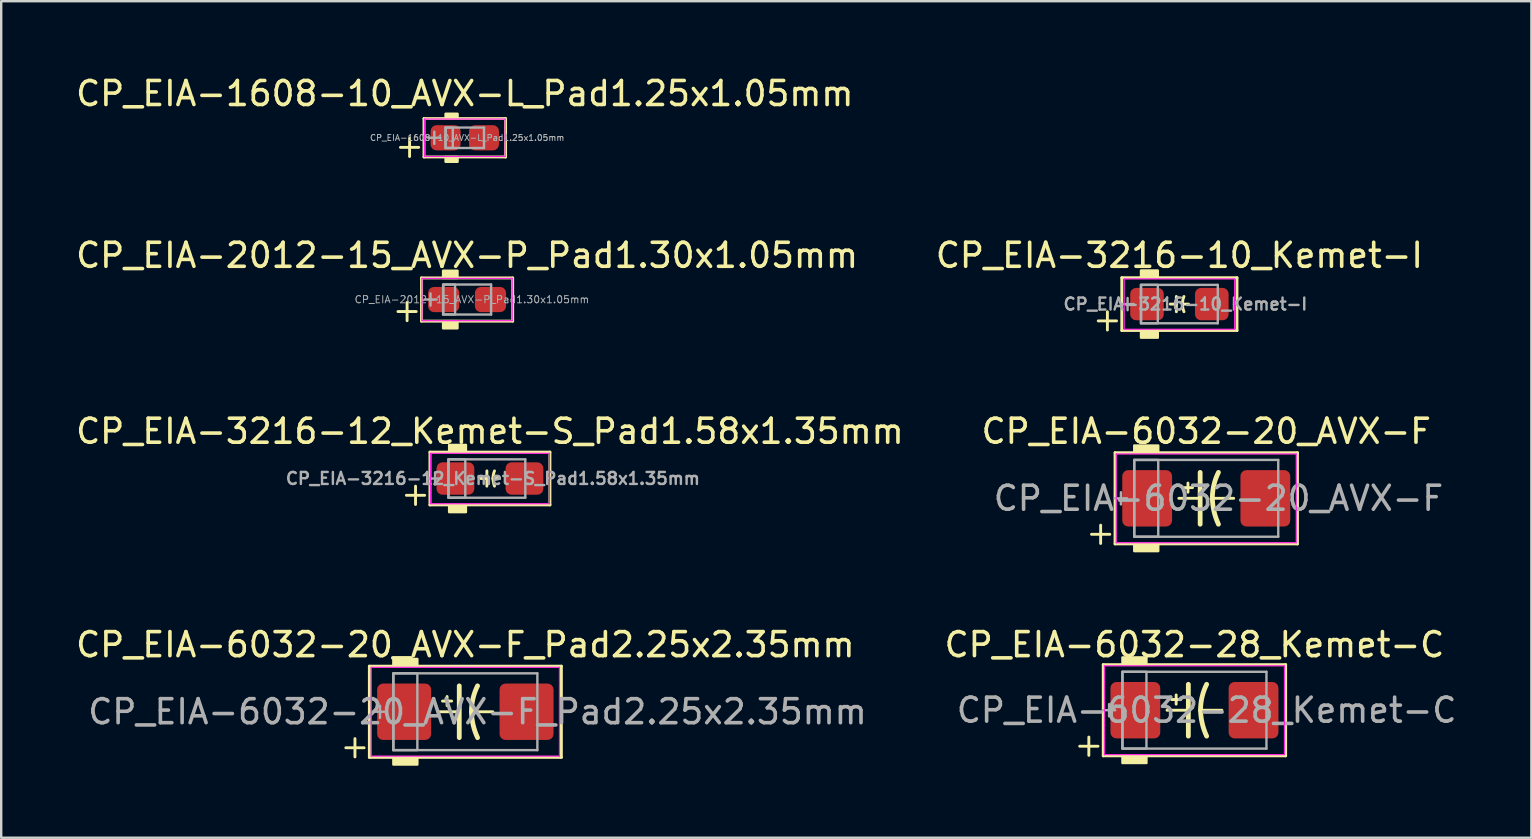
<source format=kicad_pcb>
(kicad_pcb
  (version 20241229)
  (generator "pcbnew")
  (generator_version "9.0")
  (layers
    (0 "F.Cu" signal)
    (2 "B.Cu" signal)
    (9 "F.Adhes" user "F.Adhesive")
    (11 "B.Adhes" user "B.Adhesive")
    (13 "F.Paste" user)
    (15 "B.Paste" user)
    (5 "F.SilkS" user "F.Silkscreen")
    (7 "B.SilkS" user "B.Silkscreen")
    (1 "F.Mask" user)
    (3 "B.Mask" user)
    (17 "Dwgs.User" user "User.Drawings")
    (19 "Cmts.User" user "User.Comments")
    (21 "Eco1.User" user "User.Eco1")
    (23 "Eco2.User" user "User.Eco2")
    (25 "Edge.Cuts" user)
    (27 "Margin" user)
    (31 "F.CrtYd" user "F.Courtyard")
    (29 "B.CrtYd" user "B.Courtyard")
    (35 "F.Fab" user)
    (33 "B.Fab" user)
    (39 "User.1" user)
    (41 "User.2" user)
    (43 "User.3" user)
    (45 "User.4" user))
  (footprint "CP_EIA-3216-10_Kemet-I"
    (layer "F.Cu")
    (at 46.089 9.62)
    (property "Reference" "CP_EIA-3216-10_Kemet-I" (at 0 -2.032 0) (layer "F.SilkS") (effects (font (size 1 1) (thickness 0.15))))
    (attr smd)
    (fp_line (start -3.381 0.7) (end -2.619 0.7) (stroke (width 0.12) (type solid)) (layer "F.SilkS"))
    (fp_line (start -3 0.319) (end -3 1.081) (stroke (width 0.12) (type solid)) (layer "F.SilkS"))
    (fp_line (start -2.4 -1.1) (end -2.4 1.1) (stroke (width 0.12) (type solid)) (layer "F.SilkS"))
    (fp_line (start -2.4 1.1) (end 2.4 1.1) (stroke (width 0.12) (type solid)) (layer "F.SilkS"))
    (fp_line (start -0.381 0) (end -0.127 0) (stroke (width 0.12) (type solid)) (layer "F.SilkS"))
    (fp_line (start -0.127 -0.318) (end -0.127 0.318) (stroke (width 0.12) (type solid)) (layer "F.SilkS"))
    (fp_line (start 0.381 0) (end 0.127 0) (stroke (width 0.12) (type solid)) (layer "F.SilkS"))
    (fp_line (start 2.4 -1.1) (end -2.4 -1.1) (stroke (width 0.12) (type solid)) (layer "F.SilkS"))
    (fp_line (start 2.4 1.1) (end 2.4 -1.1) (stroke (width 0.12) (type solid)) (layer "F.SilkS"))
    (fp_arc (start 0.127 0) (mid 0.143031 -0.161894) (end 0.1905 -0.3175) (stroke (width 0.12) (type solid)) (layer "F.SilkS"))
    (fp_arc (start 0.1905 0.3175) (mid 0.145241 0.161452) (end 0.127 0) (stroke (width 0.12) (type solid)) (layer "F.SilkS"))
    (fp_poly (pts (xy -0.9 -1.1) (xy -1.6 -1.1) (xy -1.6 -1.4) (xy -0.9 -1.4)) (stroke (width 0.1) (type solid)) (fill yes) (layer "F.SilkS"))
    (fp_poly (pts (xy -0.9 1.4) (xy -1.6 1.4) (xy -1.6 1.1) (xy -0.9 1.1)) (stroke (width 0.1) (type solid)) (fill yes) (layer "F.SilkS"))
    (fp_line (start -2.3 -1.05) (end 2.3 -1.05) (stroke (width 0.05) (type solid)) (layer "F.CrtYd"))
    (fp_line (start -2.3 1.05) (end -2.3 -1.05) (stroke (width 0.05) (type solid)) (layer "F.CrtYd"))
    (fp_line (start 2.3 -1.05) (end 2.3 1.05) (stroke (width 0.05) (type solid)) (layer "F.CrtYd"))
    (fp_line (start 2.3 1.05) (end -2.3 1.05) (stroke (width 0.05) (type solid)) (layer "F.CrtYd"))
    (fp_line (start -2.159 -0.254) (end -2.159 0.254) (stroke (width 0.1) (type solid)) (layer "F.Fab"))
    (fp_line (start -1.905 0) (end -2.413 0) (stroke (width 0.1) (type solid)) (layer "F.Fab"))
    (fp_line (start -1.6 -0.8) (end -1.6 0.8) (stroke (width 0.1) (type solid)) (layer "F.Fab"))
    (fp_line (start -1.6 0.8) (end 1.6 0.8) (stroke (width 0.1) (type solid)) (layer "F.Fab"))
    (fp_line (start 1.6 -0.8) (end -1.6 -0.8) (stroke (width 0.1) (type solid)) (layer "F.Fab"))
    (fp_line (start 1.6 0.8) (end 1.6 -0.8) (stroke (width 0.1) (type solid)) (layer "F.Fab"))
    (fp_rect (start -1.6 -0.8) (end -0.9 0.8) (stroke (width 0.1) (type solid)) (fill no) (layer "F.Fab"))
    (fp_text user "${REFERENCE}" (at 0.25 0 0) (layer "F.Fab") (effects (font (size 0.5 0.5) (thickness 0.1))))
    (pad "1" smd roundrect (at -1.35 0) (size 1.4 1.35) (layers "F.Cu" "F.Mask" "F.Paste") (roundrect_rratio 0.185))
    (pad "2" smd roundrect (at 1.35 0) (size 1.4 1.35) (layers "F.Cu" "F.Mask" "F.Paste") (roundrect_rratio 0.185)))
  (footprint "CP_EIA-1608-10_AVX-L_Pad1.25x1.05mm"
    (layer "F.Cu")
    (at 16.315 2.69)
    (property "Reference" "CP_EIA-1608-10_AVX-L_Pad1.25x1.05mm" (at 0 -1.841 0) (layer "F.SilkS") (effects (font (size 1 1) (thickness 0.15))))
    (attr smd)
    (fp_line (start -2.681 0.4) (end -1.919 0.4) (stroke (width 0.12) (type solid)) (layer "F.SilkS"))
    (fp_line (start -2.3 0.019) (end -2.3 0.781) (stroke (width 0.12) (type solid)) (layer "F.SilkS"))
    (fp_line (start -1.7 -0.8) (end -1.7 0.8) (stroke (width 0.12) (type solid)) (layer "F.SilkS"))
    (fp_line (start -1.7 0.8) (end 1.7 0.8) (stroke (width 0.12) (type solid)) (layer "F.SilkS"))
    (fp_line (start 1.7 -0.8) (end -1.7 -0.8) (stroke (width 0.12) (type solid)) (layer "F.SilkS"))
    (fp_line (start 1.7 0.8) (end 1.7 -0.8) (stroke (width 0.12) (type solid)) (layer "F.SilkS"))
    (fp_poly (pts (xy -0.3 -0.8) (xy -0.8 -0.8) (xy -0.8 -1) (xy -0.3 -1)) (stroke (width 0.1) (type solid)) (fill yes) (layer "F.SilkS"))
    (fp_poly (pts (xy -0.3 1) (xy -0.8 1) (xy -0.8 0.8) (xy -0.3 0.8)) (stroke (width 0.1) (type solid)) (fill yes) (layer "F.SilkS"))
    (fp_line (start -1.68 -0.78) (end 1.68 -0.78) (stroke (width 0.05) (type solid)) (layer "F.CrtYd"))
    (fp_line (start -1.68 0.78) (end -1.68 -0.78) (stroke (width 0.05) (type solid)) (layer "F.CrtYd"))
    (fp_line (start 1.68 -0.78) (end 1.68 0.78) (stroke (width 0.05) (type solid)) (layer "F.CrtYd"))
    (fp_line (start 1.68 0.78) (end -1.68 0.78) (stroke (width 0.05) (type solid)) (layer "F.CrtYd"))
    (fp_line (start -1.27 -0.254) (end -1.27 0.254) (stroke (width 0.1) (type solid)) (layer "F.Fab"))
    (fp_line (start -1.016 0) (end -1.524 0) (stroke (width 0.1) (type solid)) (layer "F.Fab"))
    (fp_line (start -0.8 -0.425) (end -0.8 0.425) (stroke (width 0.1) (type solid)) (layer "F.Fab"))
    (fp_line (start -0.8 0.425) (end 0.8 0.425) (stroke (width 0.1) (type solid)) (layer "F.Fab"))
    (fp_line (start 0.8 -0.425) (end -0.8 -0.425) (stroke (width 0.1) (type solid)) (layer "F.Fab"))
    (fp_line (start 0.8 0.425) (end 0.8 -0.425) (stroke (width 0.1) (type solid)) (layer "F.Fab"))
    (fp_rect (start -0.8 -0.425) (end -0.5 0.425) (stroke (width 0.1) (type solid)) (fill no) (layer "F.Fab"))
    (fp_text user "${REFERENCE}" (at 0.1 0 0) (layer "F.Fab") (effects (font (size 0.25 0.25) (thickness 0.04))))
    (pad "1" smd roundrect (at -0.8 0) (size 1.25 1.05) (layers "F.Cu" "F.Mask" "F.Paste") (roundrect_rratio 0.238))
    (pad "2" smd roundrect (at 0.8 0) (size 1.25 1.05) (layers "F.Cu" "F.Mask" "F.Paste") (roundrect_rratio 0.238)))
  (footprint "CP_EIA-6032-20_AVX-F"
    (layer "F.Cu")
    (at 47.208 17.712)
    (property "Reference" "CP_EIA-6032-20_AVX-F" (at 0 -2.794 0) (layer "F.SilkS") (effects (font (size 1 1) (thickness 0.15))))
    (attr smd)
    (fp_line (start -4.781 1.5) (end -4.019 1.5) (stroke (width 0.12) (type solid)) (layer "F.SilkS"))
    (fp_line (start -4.4 1.119) (end -4.4 1.881) (stroke (width 0.12) (type solid)) (layer "F.SilkS"))
    (fp_line (start -3.8 -1.9) (end -3.8 1.9) (stroke (width 0.12) (type solid)) (layer "F.SilkS"))
    (fp_line (start -3.8 1.9) (end 3.8 1.9) (stroke (width 0.12) (type solid)) (layer "F.SilkS"))
    (fp_line (start -1.143 0) (end -0.254 0) (stroke (width 0.12) (type solid)) (layer "F.SilkS"))
    (fp_line (start -0.762 -0.254) (end -0.762 -0.635) (stroke (width 0.12) (type solid)) (layer "F.SilkS"))
    (fp_line (start -0.572 -0.445) (end -0.953 -0.445) (stroke (width 0.12) (type solid)) (layer "F.SilkS"))
    (fp_line (start -0.254 -1.079) (end -0.254 1.079) (stroke (width 0.2) (type solid)) (layer "F.SilkS"))
    (fp_line (start 1.143 0) (end 0.254 0) (stroke (width 0.12) (type solid)) (layer "F.SilkS"))
    (fp_line (start 3.8 -1.9) (end -3.8 -1.9) (stroke (width 0.12) (type solid)) (layer "F.SilkS"))
    (fp_line (start 3.8 1.9) (end 3.8 -1.9) (stroke (width 0.12) (type solid)) (layer "F.SilkS"))
    (fp_arc (start 0.254 0) (mid 0.318254 -0.554514) (end 0.508 -1.0795) (stroke (width 0.2) (type solid)) (layer "F.SilkS"))
    (fp_arc (start 0.508 1.0795) (mid 0.325879 0.55272) (end 0.254 0) (stroke (width 0.2) (type solid)) (layer "F.SilkS"))
    (fp_poly (pts (xy -2 -1.9) (xy -3 -1.9) (xy -3 -2.2) (xy -2 -2.2)) (stroke (width 0.1) (type solid)) (fill yes) (layer "F.SilkS"))
    (fp_poly (pts (xy -2 2.2) (xy -3 2.2) (xy -3 1.9) (xy -2 1.9)) (stroke (width 0.1) (type solid)) (fill yes) (layer "F.SilkS"))
    (fp_line (start -3.75 -1.85) (end 3.75 -1.85) (stroke (width 0.05) (type solid)) (layer "F.CrtYd"))
    (fp_line (start -3.75 1.85) (end -3.75 -1.85) (stroke (width 0.05) (type solid)) (layer "F.CrtYd"))
    (fp_line (start 3.75 -1.85) (end 3.75 1.85) (stroke (width 0.05) (type solid)) (layer "F.CrtYd"))
    (fp_line (start 3.75 1.85) (end -3.75 1.85) (stroke (width 0.05) (type solid)) (layer "F.CrtYd"))
    (fp_line (start -3.556 -0.254) (end -3.556 0.254) (stroke (width 0.1) (type solid)) (layer "F.Fab"))
    (fp_line (start -3.302 0) (end -3.81 0) (stroke (width 0.1) (type solid)) (layer "F.Fab"))
    (fp_line (start -3 -1.6) (end -3 1.6) (stroke (width 0.1) (type solid)) (layer "F.Fab"))
    (fp_line (start -3 1.6) (end 3 1.6) (stroke (width 0.1) (type solid)) (layer "F.Fab"))
    (fp_line (start 3 -1.6) (end -3 -1.6) (stroke (width 0.1) (type solid)) (layer "F.Fab"))
    (fp_line (start 3 1.6) (end 3 -1.6) (stroke (width 0.1) (type solid)) (layer "F.Fab"))
    (fp_rect (start -3 -1.6) (end -2 1.6) (stroke (width 0.1) (type solid)) (fill no) (layer "F.Fab"))
    (fp_text user "${REFERENCE}" (at 0.508 0 0) (layer "F.Fab") (effects (font (size 1 1) (thickness 0.15))))
    (pad "1" smd roundrect (at -2.462 0) (size 2.075 2.35) (layers "F.Cu" "F.Mask" "F.Paste") (roundrect_rratio 0.12))
    (pad "2" smd roundrect (at 2.462 0) (size 2.075 2.35) (layers "F.Cu" "F.Mask" "F.Paste") (roundrect_rratio 0.12)))
  (footprint "CP_EIA-2012-15_AVX-P_Pad1.30x1.05mm"
    (layer "F.Cu")
    (at 16.411 9.43)
    (property "Reference" "CP_EIA-2012-15_AVX-P_Pad1.30x1.05mm" (at 0 -1.841 0) (layer "F.SilkS") (effects (font (size 1 1) (thickness 0.15))))
    (attr smd)
    (fp_line (start -2.881 0.5) (end -2.119 0.5) (stroke (width 0.12) (type solid)) (layer "F.SilkS"))
    (fp_line (start -2.5 0.119) (end -2.5 0.881) (stroke (width 0.12) (type solid)) (layer "F.SilkS"))
    (fp_line (start -1.9 -0.9) (end -1.9 0.9) (stroke (width 0.12) (type solid)) (layer "F.SilkS"))
    (fp_line (start -1.9 0.9) (end 1.9 0.9) (stroke (width 0.12) (type solid)) (layer "F.SilkS"))
    (fp_line (start 1.9 -0.9) (end -1.9 -0.9) (stroke (width 0.12) (type solid)) (layer "F.SilkS"))
    (fp_line (start 1.9 0.9) (end 1.9 -0.9) (stroke (width 0.12) (type solid)) (layer "F.SilkS"))
    (fp_poly (pts (xy -0.4 -0.9) (xy -1 -0.9) (xy -1 -1.2) (xy -0.4 -1.2)) (stroke (width 0.1) (type solid)) (fill yes) (layer "F.SilkS"))
    (fp_poly (pts (xy -0.4 1.2) (xy -1 1.2) (xy -1 0.9) (xy -0.4 0.9)) (stroke (width 0.1) (type solid)) (fill yes) (layer "F.SilkS"))
    (fp_line (start -1.88 -0.88) (end 1.88 -0.88) (stroke (width 0.05) (type solid)) (layer "F.CrtYd"))
    (fp_line (start -1.88 0.88) (end -1.88 -0.88) (stroke (width 0.05) (type solid)) (layer "F.CrtYd"))
    (fp_line (start 1.88 -0.88) (end 1.88 0.88) (stroke (width 0.05) (type solid)) (layer "F.CrtYd"))
    (fp_line (start 1.88 0.88) (end -1.88 0.88) (stroke (width 0.05) (type solid)) (layer "F.CrtYd"))
    (fp_line (start -1.524 -0.254) (end -1.524 0.254) (stroke (width 0.1) (type solid)) (layer "F.Fab"))
    (fp_line (start -1.27 0) (end -1.778 0) (stroke (width 0.1) (type solid)) (layer "F.Fab"))
    (fp_line (start -1 -0.62) (end -1 0.625) (stroke (width 0.1) (type solid)) (layer "F.Fab"))
    (fp_line (start -1 0.625) (end 1 0.625) (stroke (width 0.1) (type solid)) (layer "F.Fab"))
    (fp_line (start 1 -0.625) (end -0.99 -0.625) (stroke (width 0.1) (type solid)) (layer "F.Fab"))
    (fp_line (start 1 0.625) (end 1 -0.625) (stroke (width 0.1) (type solid)) (layer "F.Fab"))
    (fp_rect (start -0.99 -0.625) (end -0.5 0.62) (stroke (width 0.1) (type solid)) (fill no) (layer "F.Fab"))
    (fp_text user "${REFERENCE}" (at 0.2 0 0) (layer "F.Fab") (effects (font (size 0.3 0.3) (thickness 0.04))))
    (pad "1" smd roundrect (at -0.975 0) (size 1.3 1.05) (layers "F.Cu" "F.Mask" "F.Paste") (roundrect_rratio 0.238))
    (pad "2" smd roundrect (at 0.975 0) (size 1.3 1.05) (layers "F.Cu" "F.Mask" "F.Paste") (roundrect_rratio 0.238)))
  (footprint "CP_EIA-3216-12_Kemet-S_Pad1.58x1.35mm"
    (layer "F.Cu")
    (at 17.363 16.887)
    (property "Reference" "CP_EIA-3216-12_Kemet-S_Pad1.58x1.35mm" (at 0 -1.968 0) (layer "F.SilkS") (effects (font (size 1 1) (thickness 0.15))))
    (attr smd)
    (fp_line (start -3.481 0.7) (end -2.719 0.7) (stroke (width 0.12) (type solid)) (layer "F.SilkS"))
    (fp_line (start -3.1 0.319) (end -3.1 1.081) (stroke (width 0.12) (type solid)) (layer "F.SilkS"))
    (fp_line (start -2.5 -1.1) (end -2.5 1.1) (stroke (width 0.12) (type solid)) (layer "F.SilkS"))
    (fp_line (start -2.5 1.1) (end 2.5 1.1) (stroke (width 0.12) (type solid)) (layer "F.SilkS"))
    (fp_line (start -0.381 0) (end -0.127 0) (stroke (width 0.12) (type solid)) (layer "F.SilkS"))
    (fp_line (start -0.127 -0.318) (end -0.127 0.318) (stroke (width 0.12) (type solid)) (layer "F.SilkS"))
    (fp_line (start 0.381 0) (end 0.127 0) (stroke (width 0.12) (type solid)) (layer "F.SilkS"))
    (fp_line (start 2.5 -1.1) (end -2.5 -1.1) (stroke (width 0.12) (type solid)) (layer "F.SilkS"))
    (fp_line (start 2.5 1.1) (end 2.5 -1.1) (stroke (width 0.12) (type solid)) (layer "F.SilkS"))
    (fp_arc (start 0.127 0) (mid 0.143031 -0.161894) (end 0.1905 -0.3175) (stroke (width 0.12) (type solid)) (layer "F.SilkS"))
    (fp_arc (start 0.1905 0.3175) (mid 0.145241 0.161452) (end 0.127 0) (stroke (width 0.12) (type solid)) (layer "F.SilkS"))
    (fp_poly (pts (xy -1 -1.1) (xy -1.7 -1.1) (xy -1.7 -1.4) (xy -1 -1.4)) (stroke (width 0.1) (type solid)) (fill yes) (layer "F.SilkS"))
    (fp_poly (pts (xy -1 1.4) (xy -1.7 1.4) (xy -1.7 1.1) (xy -1 1.1)) (stroke (width 0.1) (type solid)) (fill yes) (layer "F.SilkS"))
    (fp_line (start -2.48 -1.05) (end 2.48 -1.05) (stroke (width 0.05) (type solid)) (layer "F.CrtYd"))
    (fp_line (start -2.48 1.05) (end -2.48 -1.05) (stroke (width 0.05) (type solid)) (layer "F.CrtYd"))
    (fp_line (start 2.48 -1.05) (end 2.48 1.05) (stroke (width 0.05) (type solid)) (layer "F.CrtYd"))
    (fp_line (start 2.48 1.05) (end -2.48 1.05) (stroke (width 0.05) (type solid)) (layer "F.CrtYd"))
    (fp_line (start -2.286 -0.254) (end -2.286 0.254) (stroke (width 0.1) (type solid)) (layer "F.Fab"))
    (fp_line (start -2.032 0) (end -2.54 0) (stroke (width 0.1) (type solid)) (layer "F.Fab"))
    (fp_line (start -1.727 -0.8) (end -1.727 0.8) (stroke (width 0.1) (type solid)) (layer "F.Fab"))
    (fp_line (start -1.727 0.8) (end 1.473 0.8) (stroke (width 0.1) (type solid)) (layer "F.Fab"))
    (fp_line (start 1.473 -0.8) (end -1.727 -0.8) (stroke (width 0.1) (type solid)) (layer "F.Fab"))
    (fp_line (start 1.473 0.8) (end 1.473 -0.8) (stroke (width 0.1) (type solid)) (layer "F.Fab"))
    (fp_rect (start -1.727 -0.8) (end -1.027 0.8) (stroke (width 0.1) (type solid)) (fill no) (layer "F.Fab"))
    (fp_text user "${REFERENCE}" (at 0.123 0 0) (layer "F.Fab") (effects (font (size 0.5 0.5) (thickness 0.1))))
    (pad "1" smd roundrect (at -1.438 0) (size 1.575 1.35) (layers "F.Cu" "F.Mask" "F.Paste") (roundrect_rratio 0.185))
    (pad "2" smd roundrect (at 1.438 0) (size 1.575 1.35) (layers "F.Cu" "F.Mask" "F.Paste") (roundrect_rratio 0.185)))
  (footprint "CP_EIA-6032-20_AVX-F_Pad2.25x2.35mm"
    (layer "F.Cu")
    (at 16.339 26.605)
    (property "Reference" "CP_EIA-6032-20_AVX-F_Pad2.25x2.35mm" (at 0 -2.794 0) (layer "F.SilkS") (effects (font (size 1 1) (thickness 0.15))))
    (attr smd)
    (fp_line (start -4.981 1.5) (end -4.219 1.5) (stroke (width 0.12) (type solid)) (layer "F.SilkS"))
    (fp_line (start -4.6 1.119) (end -4.6 1.881) (stroke (width 0.12) (type solid)) (layer "F.SilkS"))
    (fp_line (start -4 -1.9) (end -4 1.9) (stroke (width 0.12) (type solid)) (layer "F.SilkS"))
    (fp_line (start -4 1.9) (end 4 1.9) (stroke (width 0.12) (type solid)) (layer "F.SilkS"))
    (fp_line (start -1.143 0) (end -0.254 0) (stroke (width 0.12) (type solid)) (layer "F.SilkS"))
    (fp_line (start -0.762 -0.254) (end -0.762 -0.635) (stroke (width 0.12) (type solid)) (layer "F.SilkS"))
    (fp_line (start -0.572 -0.445) (end -0.953 -0.445) (stroke (width 0.12) (type solid)) (layer "F.SilkS"))
    (fp_line (start -0.254 -1.079) (end -0.254 1.079) (stroke (width 0.2) (type solid)) (layer "F.SilkS"))
    (fp_line (start 1.143 0) (end 0.254 0) (stroke (width 0.12) (type solid)) (layer "F.SilkS"))
    (fp_line (start 4 -1.9) (end -4 -1.9) (stroke (width 0.12) (type solid)) (layer "F.SilkS"))
    (fp_line (start 4 1.9) (end 4 -1.9) (stroke (width 0.12) (type solid)) (layer "F.SilkS"))
    (fp_arc (start 0.254 0) (mid 0.318254 -0.554514) (end 0.508 -1.0795) (stroke (width 0.2) (type solid)) (layer "F.SilkS"))
    (fp_arc (start 0.508 1.0795) (mid 0.325879 0.55272) (end 0.254 0) (stroke (width 0.2) (type solid)) (layer "F.SilkS"))
    (fp_poly (pts (xy -2 -1.9) (xy -3 -1.9) (xy -3 -2.2) (xy -2 -2.2)) (stroke (width 0.1) (type solid)) (fill yes) (layer "F.SilkS"))
    (fp_poly (pts (xy -2 2.2) (xy -3 2.2) (xy -3 1.9) (xy -2 1.9)) (stroke (width 0.1) (type solid)) (fill yes) (layer "F.SilkS"))
    (fp_line (start -3.92 -1.85) (end 3.92 -1.85) (stroke (width 0.05) (type solid)) (layer "F.CrtYd"))
    (fp_line (start -3.92 1.85) (end -3.92 -1.85) (stroke (width 0.05) (type solid)) (layer "F.CrtYd"))
    (fp_line (start 3.92 -1.85) (end 3.92 1.85) (stroke (width 0.05) (type solid)) (layer "F.CrtYd"))
    (fp_line (start 3.92 1.85) (end -3.92 1.85) (stroke (width 0.05) (type solid)) (layer "F.CrtYd"))
    (fp_line (start -3.556 -0.254) (end -3.556 0.254) (stroke (width 0.1) (type solid)) (layer "F.Fab"))
    (fp_line (start -3.302 0) (end -3.81 0) (stroke (width 0.1) (type solid)) (layer "F.Fab"))
    (fp_line (start -3 -1.6) (end -3 1.6) (stroke (width 0.1) (type solid)) (layer "F.Fab"))
    (fp_line (start -3 1.6) (end 3 1.6) (stroke (width 0.1) (type solid)) (layer "F.Fab"))
    (fp_line (start 3 -1.6) (end -3 -1.6) (stroke (width 0.1) (type solid)) (layer "F.Fab"))
    (fp_line (start 3 1.6) (end 3 -1.6) (stroke (width 0.1) (type solid)) (layer "F.Fab"))
    (fp_rect (start -3 -1.6) (end -2 1.6) (stroke (width 0.1) (type solid)) (fill no) (layer "F.Fab"))
    (fp_text user "${REFERENCE}" (at 0.508 0 0) (layer "F.Fab") (effects (font (size 1 1) (thickness 0.15))))
    (pad "1" smd roundrect (at -2.55 0) (size 2.25 2.35) (layers "F.Cu" "F.Mask" "F.Paste") (roundrect_rratio 0.111))
    (pad "2" smd roundrect (at 2.55 0) (size 2.25 2.35) (layers "F.Cu" "F.Mask" "F.Paste") (roundrect_rratio 0.111)))
  (footprint "CP_EIA-6032-28_Kemet-C"
    (layer "F.Cu")
    (at 46.716 26.541)
    (property "Reference" "CP_EIA-6032-28_Kemet-C" (at 0 -2.731 0) (layer "F.SilkS") (effects (font (size 1 1) (thickness 0.15))))
    (attr smd)
    (fp_line (start -4.781 1.5) (end -4.019 1.5) (stroke (width 0.12) (type solid)) (layer "F.SilkS"))
    (fp_line (start -4.4 1.119) (end -4.4 1.881) (stroke (width 0.12) (type solid)) (layer "F.SilkS"))
    (fp_line (start -3.8 -1.9) (end -3.8 1.9) (stroke (width 0.12) (type solid)) (layer "F.SilkS"))
    (fp_line (start -3.8 1.9) (end 3.8 1.9) (stroke (width 0.12) (type solid)) (layer "F.SilkS"))
    (fp_line (start -1.143 0) (end -0.254 0) (stroke (width 0.12) (type solid)) (layer "F.SilkS"))
    (fp_line (start -0.762 -0.254) (end -0.762 -0.635) (stroke (width 0.12) (type solid)) (layer "F.SilkS"))
    (fp_line (start -0.572 -0.445) (end -0.953 -0.445) (stroke (width 0.12) (type solid)) (layer "F.SilkS"))
    (fp_line (start -0.254 -1.079) (end -0.254 1.079) (stroke (width 0.2) (type solid)) (layer "F.SilkS"))
    (fp_line (start 1.143 0) (end 0.254 0) (stroke (width 0.12) (type solid)) (layer "F.SilkS"))
    (fp_line (start 3.8 -1.9) (end -3.8 -1.9) (stroke (width 0.12) (type solid)) (layer "F.SilkS"))
    (fp_line (start 3.8 1.9) (end 3.8 -1.9) (stroke (width 0.12) (type solid)) (layer "F.SilkS"))
    (fp_arc (start 0.254 0) (mid 0.318254 -0.554514) (end 0.508 -1.0795) (stroke (width 0.2) (type solid)) (layer "F.SilkS"))
    (fp_arc (start 0.508 1.0795) (mid 0.325879 0.55272) (end 0.254 0) (stroke (width 0.2) (type solid)) (layer "F.SilkS"))
    (fp_poly (pts (xy -2 -1.9) (xy -3 -1.9) (xy -3 -2.2) (xy -2 -2.2)) (stroke (width 0.1) (type solid)) (fill yes) (layer "F.SilkS"))
    (fp_poly (pts (xy -2 2.2) (xy -3 2.2) (xy -3 1.9) (xy -2 1.9)) (stroke (width 0.1) (type solid)) (fill yes) (layer "F.SilkS"))
    (fp_line (start -3.75 -1.85) (end 3.75 -1.85) (stroke (width 0.05) (type solid)) (layer "F.CrtYd"))
    (fp_line (start -3.75 1.85) (end -3.75 -1.85) (stroke (width 0.05) (type solid)) (layer "F.CrtYd"))
    (fp_line (start 3.75 -1.85) (end 3.75 1.85) (stroke (width 0.05) (type solid)) (layer "F.CrtYd"))
    (fp_line (start 3.75 1.85) (end -3.75 1.85) (stroke (width 0.05) (type solid)) (layer "F.CrtYd"))
    (fp_line (start -3.556 -0.254) (end -3.556 0.254) (stroke (width 0.1) (type solid)) (layer "F.Fab"))
    (fp_line (start -3.302 0) (end -3.81 0) (stroke (width 0.1) (type solid)) (layer "F.Fab"))
    (fp_line (start -3 -1.6) (end -3 1.6) (stroke (width 0.1) (type solid)) (layer "F.Fab"))
    (fp_line (start -3 1.6) (end 3 1.6) (stroke (width 0.1) (type solid)) (layer "F.Fab"))
    (fp_line (start 3 -1.6) (end -3 -1.6) (stroke (width 0.1) (type solid)) (layer "F.Fab"))
    (fp_line (start 3 1.6) (end 3 -1.6) (stroke (width 0.1) (type solid)) (layer "F.Fab"))
    (fp_rect (start -3 -1.6) (end -2 1.6) (stroke (width 0.1) (type solid)) (fill no) (layer "F.Fab"))
    (fp_text user "${REFERENCE}" (at 0.508 0 0) (layer "F.Fab") (effects (font (size 1 1) (thickness 0.15))))
    (pad "1" smd roundrect (at -2.462 0) (size 2.075 2.35) (layers "F.Cu" "F.Mask" "F.Paste") (roundrect_rratio 0.12))
    (pad "2" smd roundrect (at 2.462 0) (size 2.075 2.35) (layers "F.Cu" "F.Mask" "F.Paste") (roundrect_rratio 0.12)))
  (gr_rect
    (start -3 -3)
    (end 60.754 31.855)
    (stroke (width 0.1) (type default))
    (fill no)
    (layer "Edge.Cuts")))
</source>
